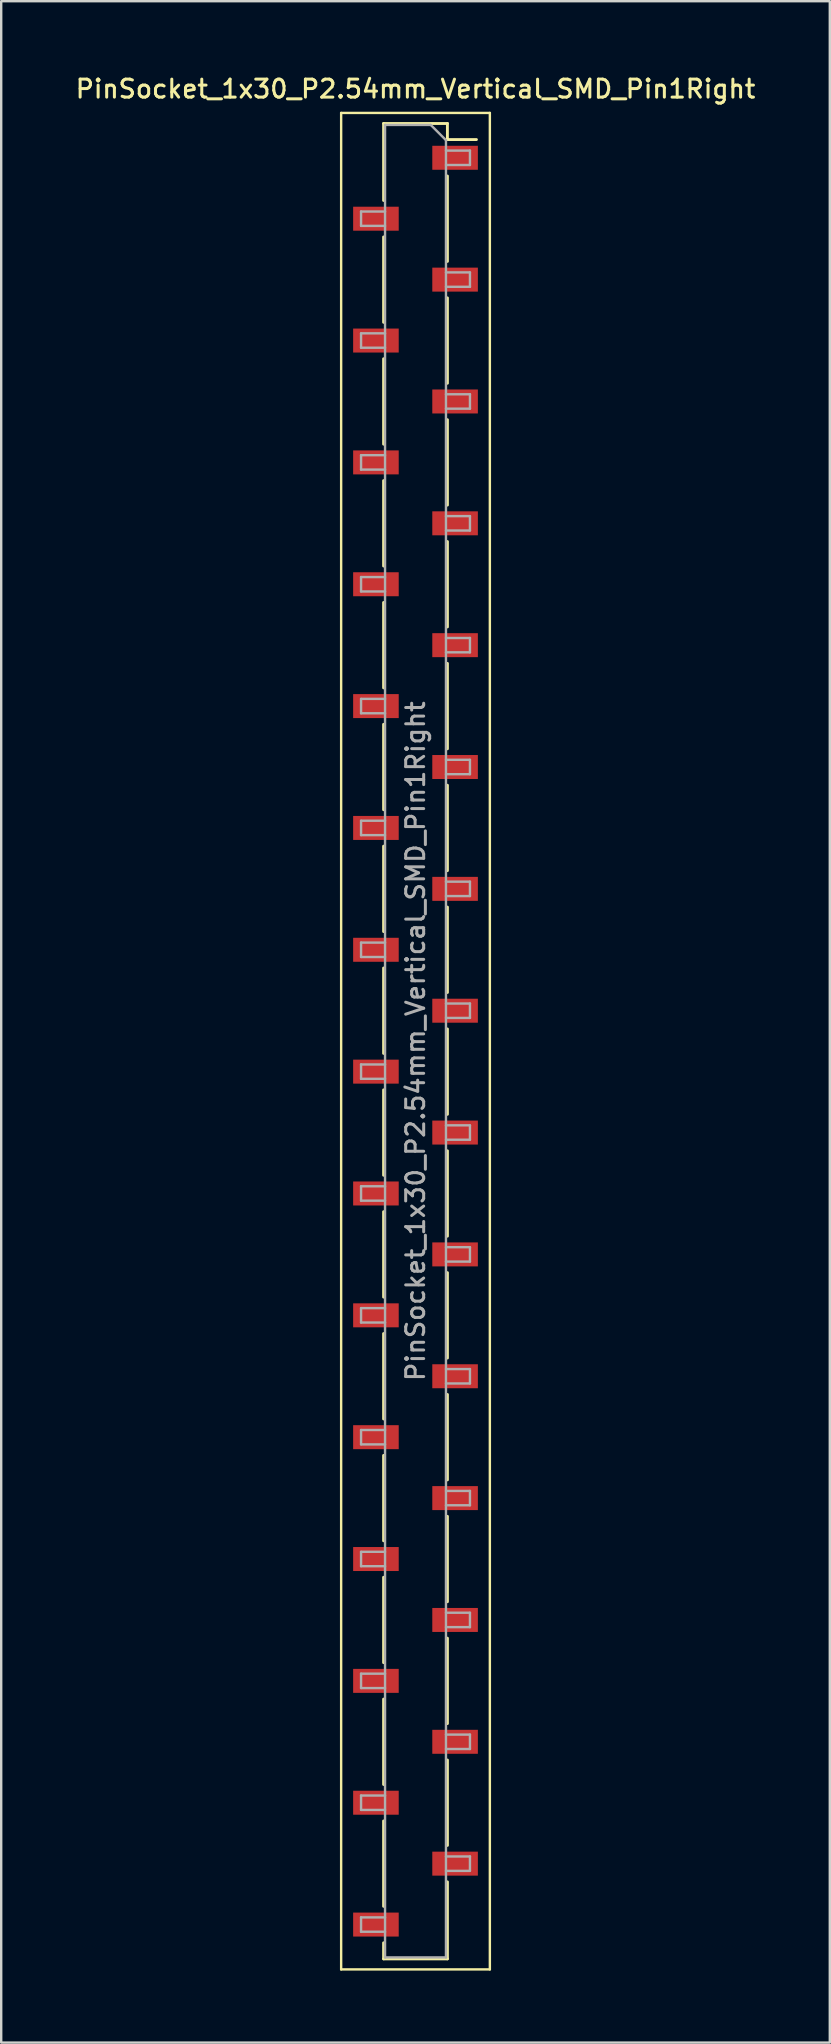
<source format=kicad_pcb>
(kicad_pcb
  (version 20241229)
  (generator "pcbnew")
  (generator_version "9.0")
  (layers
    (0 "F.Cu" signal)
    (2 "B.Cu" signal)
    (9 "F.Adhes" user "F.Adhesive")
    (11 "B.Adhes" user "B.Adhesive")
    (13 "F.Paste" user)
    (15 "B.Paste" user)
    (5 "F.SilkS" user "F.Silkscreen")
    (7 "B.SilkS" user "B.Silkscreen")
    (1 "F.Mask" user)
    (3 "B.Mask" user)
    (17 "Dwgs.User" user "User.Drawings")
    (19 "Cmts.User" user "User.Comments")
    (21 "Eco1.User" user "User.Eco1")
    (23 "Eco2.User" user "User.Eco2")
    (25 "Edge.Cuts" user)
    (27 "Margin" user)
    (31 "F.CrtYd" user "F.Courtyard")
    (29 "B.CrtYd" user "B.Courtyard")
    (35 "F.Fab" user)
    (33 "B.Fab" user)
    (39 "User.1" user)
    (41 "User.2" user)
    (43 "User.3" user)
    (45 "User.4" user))
  (footprint "PinSocket_1x30_P2.54mm_Vertical_SMD_Pin1Right"
    (layer "F.Cu")
    (at 14.273 40.358)
    (property "Reference" "PinSocket_1x30_P2.54mm_Vertical_SMD_Pin1Right" (at 0 -39.7 0) (layer "F.SilkS") (effects (font (size 0.75 0.75) (thickness 0.125))))
    (attr smd)
    (fp_line (start -3.1 -38.7) (end 3.1 -38.7) (stroke (width 0.1) (type solid)) (layer "F.SilkS"))
    (fp_line (start -3.1 38.7) (end -3.1 -38.7) (stroke (width 0.1) (type solid)) (layer "F.SilkS"))
    (fp_line (start -1.33 -38.26) (end -1.33 -35.05) (stroke (width 0.12) (type solid)) (layer "F.SilkS"))
    (fp_line (start -1.33 -38.26) (end 1.33 -38.26) (stroke (width 0.12) (type solid)) (layer "F.SilkS"))
    (fp_line (start -1.33 -33.53) (end -1.33 -29.97) (stroke (width 0.12) (type solid)) (layer "F.SilkS"))
    (fp_line (start -1.33 -28.45) (end -1.33 -24.89) (stroke (width 0.12) (type solid)) (layer "F.SilkS"))
    (fp_line (start -1.33 -23.37) (end -1.33 -19.81) (stroke (width 0.12) (type solid)) (layer "F.SilkS"))
    (fp_line (start -1.33 -18.29) (end -1.33 -14.73) (stroke (width 0.12) (type solid)) (layer "F.SilkS"))
    (fp_line (start -1.33 -13.21) (end -1.33 -9.65) (stroke (width 0.12) (type solid)) (layer "F.SilkS"))
    (fp_line (start -1.33 -8.13) (end -1.33 -4.57) (stroke (width 0.12) (type solid)) (layer "F.SilkS"))
    (fp_line (start -1.33 -3.05) (end -1.33 0.51) (stroke (width 0.12) (type solid)) (layer "F.SilkS"))
    (fp_line (start -1.33 2.03) (end -1.33 5.59) (stroke (width 0.12) (type solid)) (layer "F.SilkS"))
    (fp_line (start -1.33 7.11) (end -1.33 10.67) (stroke (width 0.12) (type solid)) (layer "F.SilkS"))
    (fp_line (start -1.33 12.19) (end -1.33 15.75) (stroke (width 0.12) (type solid)) (layer "F.SilkS"))
    (fp_line (start -1.33 17.27) (end -1.33 20.83) (stroke (width 0.12) (type solid)) (layer "F.SilkS"))
    (fp_line (start -1.33 22.35) (end -1.33 25.91) (stroke (width 0.12) (type solid)) (layer "F.SilkS"))
    (fp_line (start -1.33 27.43) (end -1.33 30.99) (stroke (width 0.12) (type solid)) (layer "F.SilkS"))
    (fp_line (start -1.33 32.51) (end -1.33 36.07) (stroke (width 0.12) (type solid)) (layer "F.SilkS"))
    (fp_line (start -1.33 37.59) (end -1.33 38.26) (stroke (width 0.12) (type solid)) (layer "F.SilkS"))
    (fp_line (start -1.33 38.26) (end 1.33 38.26) (stroke (width 0.12) (type solid)) (layer "F.SilkS"))
    (fp_line (start 1.33 -38.26) (end 1.33 -37.59) (stroke (width 0.12) (type solid)) (layer "F.SilkS"))
    (fp_line (start 1.33 -37.59) (end 2.54 -37.59) (stroke (width 0.12) (type solid)) (layer "F.SilkS"))
    (fp_line (start 1.33 -36.07) (end 1.33 -32.51) (stroke (width 0.12) (type solid)) (layer "F.SilkS"))
    (fp_line (start 1.33 -30.99) (end 1.33 -27.43) (stroke (width 0.12) (type solid)) (layer "F.SilkS"))
    (fp_line (start 1.33 -25.91) (end 1.33 -22.35) (stroke (width 0.12) (type solid)) (layer "F.SilkS"))
    (fp_line (start 1.33 -20.83) (end 1.33 -17.27) (stroke (width 0.12) (type solid)) (layer "F.SilkS"))
    (fp_line (start 1.33 -15.75) (end 1.33 -12.19) (stroke (width 0.12) (type solid)) (layer "F.SilkS"))
    (fp_line (start 1.33 -10.67) (end 1.33 -7.11) (stroke (width 0.12) (type solid)) (layer "F.SilkS"))
    (fp_line (start 1.33 -5.59) (end 1.33 -2.03) (stroke (width 0.12) (type solid)) (layer "F.SilkS"))
    (fp_line (start 1.33 -0.51) (end 1.33 3.05) (stroke (width 0.12) (type solid)) (layer "F.SilkS"))
    (fp_line (start 1.33 4.57) (end 1.33 8.13) (stroke (width 0.12) (type solid)) (layer "F.SilkS"))
    (fp_line (start 1.33 9.65) (end 1.33 13.21) (stroke (width 0.12) (type solid)) (layer "F.SilkS"))
    (fp_line (start 1.33 14.73) (end 1.33 18.29) (stroke (width 0.12) (type solid)) (layer "F.SilkS"))
    (fp_line (start 1.33 19.81) (end 1.33 23.37) (stroke (width 0.12) (type solid)) (layer "F.SilkS"))
    (fp_line (start 1.33 24.89) (end 1.33 28.45) (stroke (width 0.12) (type solid)) (layer "F.SilkS"))
    (fp_line (start 1.33 29.97) (end 1.33 33.53) (stroke (width 0.12) (type solid)) (layer "F.SilkS"))
    (fp_line (start 1.33 35.05) (end 1.33 38.26) (stroke (width 0.12) (type solid)) (layer "F.SilkS"))
    (fp_line (start 3.1 -38.7) (end 3.1 38.7) (stroke (width 0.1) (type solid)) (layer "F.SilkS"))
    (fp_line (start 3.1 38.7) (end -3.1 38.7) (stroke (width 0.1) (type solid)) (layer "F.SilkS"))
    (fp_line (start -2.27 -34.59) (end -1.27 -34.59) (stroke (width 0.1) (type solid)) (layer "F.Fab"))
    (fp_line (start -2.27 -33.99) (end -2.27 -34.59) (stroke (width 0.1) (type solid)) (layer "F.Fab"))
    (fp_line (start -2.27 -29.51) (end -1.27 -29.51) (stroke (width 0.1) (type solid)) (layer "F.Fab"))
    (fp_line (start -2.27 -28.91) (end -2.27 -29.51) (stroke (width 0.1) (type solid)) (layer "F.Fab"))
    (fp_line (start -2.27 -24.43) (end -1.27 -24.43) (stroke (width 0.1) (type solid)) (layer "F.Fab"))
    (fp_line (start -2.27 -23.83) (end -2.27 -24.43) (stroke (width 0.1) (type solid)) (layer "F.Fab"))
    (fp_line (start -2.27 -19.35) (end -1.27 -19.35) (stroke (width 0.1) (type solid)) (layer "F.Fab"))
    (fp_line (start -2.27 -18.75) (end -2.27 -19.35) (stroke (width 0.1) (type solid)) (layer "F.Fab"))
    (fp_line (start -2.27 -14.27) (end -1.27 -14.27) (stroke (width 0.1) (type solid)) (layer "F.Fab"))
    (fp_line (start -2.27 -13.67) (end -2.27 -14.27) (stroke (width 0.1) (type solid)) (layer "F.Fab"))
    (fp_line (start -2.27 -9.19) (end -1.27 -9.19) (stroke (width 0.1) (type solid)) (layer "F.Fab"))
    (fp_line (start -2.27 -8.59) (end -2.27 -9.19) (stroke (width 0.1) (type solid)) (layer "F.Fab"))
    (fp_line (start -2.27 -4.11) (end -1.27 -4.11) (stroke (width 0.1) (type solid)) (layer "F.Fab"))
    (fp_line (start -2.27 -3.51) (end -2.27 -4.11) (stroke (width 0.1) (type solid)) (layer "F.Fab"))
    (fp_line (start -2.27 0.97) (end -1.27 0.97) (stroke (width 0.1) (type solid)) (layer "F.Fab"))
    (fp_line (start -2.27 1.57) (end -2.27 0.97) (stroke (width 0.1) (type solid)) (layer "F.Fab"))
    (fp_line (start -2.27 6.05) (end -1.27 6.05) (stroke (width 0.1) (type solid)) (layer "F.Fab"))
    (fp_line (start -2.27 6.65) (end -2.27 6.05) (stroke (width 0.1) (type solid)) (layer "F.Fab"))
    (fp_line (start -2.27 11.13) (end -1.27 11.13) (stroke (width 0.1) (type solid)) (layer "F.Fab"))
    (fp_line (start -2.27 11.73) (end -2.27 11.13) (stroke (width 0.1) (type solid)) (layer "F.Fab"))
    (fp_line (start -2.27 16.21) (end -1.27 16.21) (stroke (width 0.1) (type solid)) (layer "F.Fab"))
    (fp_line (start -2.27 16.81) (end -2.27 16.21) (stroke (width 0.1) (type solid)) (layer "F.Fab"))
    (fp_line (start -2.27 21.29) (end -1.27 21.29) (stroke (width 0.1) (type solid)) (layer "F.Fab"))
    (fp_line (start -2.27 21.89) (end -2.27 21.29) (stroke (width 0.1) (type solid)) (layer "F.Fab"))
    (fp_line (start -2.27 26.37) (end -1.27 26.37) (stroke (width 0.1) (type solid)) (layer "F.Fab"))
    (fp_line (start -2.27 26.97) (end -2.27 26.37) (stroke (width 0.1) (type solid)) (layer "F.Fab"))
    (fp_line (start -2.27 31.45) (end -1.27 31.45) (stroke (width 0.1) (type solid)) (layer "F.Fab"))
    (fp_line (start -2.27 32.05) (end -2.27 31.45) (stroke (width 0.1) (type solid)) (layer "F.Fab"))
    (fp_line (start -2.27 36.53) (end -1.27 36.53) (stroke (width 0.1) (type solid)) (layer "F.Fab"))
    (fp_line (start -2.27 37.13) (end -2.27 36.53) (stroke (width 0.1) (type solid)) (layer "F.Fab"))
    (fp_line (start -1.27 -38.2) (end 0.635 -38.2) (stroke (width 0.1) (type solid)) (layer "F.Fab"))
    (fp_line (start -1.27 -33.99) (end -2.27 -33.99) (stroke (width 0.1) (type solid)) (layer "F.Fab"))
    (fp_line (start -1.27 -28.91) (end -2.27 -28.91) (stroke (width 0.1) (type solid)) (layer "F.Fab"))
    (fp_line (start -1.27 -23.83) (end -2.27 -23.83) (stroke (width 0.1) (type solid)) (layer "F.Fab"))
    (fp_line (start -1.27 -18.75) (end -2.27 -18.75) (stroke (width 0.1) (type solid)) (layer "F.Fab"))
    (fp_line (start -1.27 -13.67) (end -2.27 -13.67) (stroke (width 0.1) (type solid)) (layer "F.Fab"))
    (fp_line (start -1.27 -8.59) (end -2.27 -8.59) (stroke (width 0.1) (type solid)) (layer "F.Fab"))
    (fp_line (start -1.27 -3.51) (end -2.27 -3.51) (stroke (width 0.1) (type solid)) (layer "F.Fab"))
    (fp_line (start -1.27 1.57) (end -2.27 1.57) (stroke (width 0.1) (type solid)) (layer "F.Fab"))
    (fp_line (start -1.27 6.65) (end -2.27 6.65) (stroke (width 0.1) (type solid)) (layer "F.Fab"))
    (fp_line (start -1.27 11.73) (end -2.27 11.73) (stroke (width 0.1) (type solid)) (layer "F.Fab"))
    (fp_line (start -1.27 16.81) (end -2.27 16.81) (stroke (width 0.1) (type solid)) (layer "F.Fab"))
    (fp_line (start -1.27 21.89) (end -2.27 21.89) (stroke (width 0.1) (type solid)) (layer "F.Fab"))
    (fp_line (start -1.27 26.97) (end -2.27 26.97) (stroke (width 0.1) (type solid)) (layer "F.Fab"))
    (fp_line (start -1.27 32.05) (end -2.27 32.05) (stroke (width 0.1) (type solid)) (layer "F.Fab"))
    (fp_line (start -1.27 37.13) (end -2.27 37.13) (stroke (width 0.1) (type solid)) (layer "F.Fab"))
    (fp_line (start -1.27 38.2) (end -1.27 -38.2) (stroke (width 0.1) (type solid)) (layer "F.Fab"))
    (fp_line (start 0.635 -38.2) (end 1.27 -37.565) (stroke (width 0.1) (type solid)) (layer "F.Fab"))
    (fp_line (start 1.27 -37.565) (end 1.27 38.2) (stroke (width 0.1) (type solid)) (layer "F.Fab"))
    (fp_line (start 1.27 -37.13) (end 2.27 -37.13) (stroke (width 0.1) (type solid)) (layer "F.Fab"))
    (fp_line (start 1.27 -32.05) (end 2.27 -32.05) (stroke (width 0.1) (type solid)) (layer "F.Fab"))
    (fp_line (start 1.27 -26.97) (end 2.27 -26.97) (stroke (width 0.1) (type solid)) (layer "F.Fab"))
    (fp_line (start 1.27 -21.89) (end 2.27 -21.89) (stroke (width 0.1) (type solid)) (layer "F.Fab"))
    (fp_line (start 1.27 -16.81) (end 2.27 -16.81) (stroke (width 0.1) (type solid)) (layer "F.Fab"))
    (fp_line (start 1.27 -11.73) (end 2.27 -11.73) (stroke (width 0.1) (type solid)) (layer "F.Fab"))
    (fp_line (start 1.27 -6.65) (end 2.27 -6.65) (stroke (width 0.1) (type solid)) (layer "F.Fab"))
    (fp_line (start 1.27 -1.57) (end 2.27 -1.57) (stroke (width 0.1) (type solid)) (layer "F.Fab"))
    (fp_line (start 1.27 3.51) (end 2.27 3.51) (stroke (width 0.1) (type solid)) (layer "F.Fab"))
    (fp_line (start 1.27 8.59) (end 2.27 8.59) (stroke (width 0.1) (type solid)) (layer "F.Fab"))
    (fp_line (start 1.27 13.67) (end 2.27 13.67) (stroke (width 0.1) (type solid)) (layer "F.Fab"))
    (fp_line (start 1.27 18.75) (end 2.27 18.75) (stroke (width 0.1) (type solid)) (layer "F.Fab"))
    (fp_line (start 1.27 23.83) (end 2.27 23.83) (stroke (width 0.1) (type solid)) (layer "F.Fab"))
    (fp_line (start 1.27 28.91) (end 2.27 28.91) (stroke (width 0.1) (type solid)) (layer "F.Fab"))
    (fp_line (start 1.27 33.99) (end 2.27 33.99) (stroke (width 0.1) (type solid)) (layer "F.Fab"))
    (fp_line (start 1.27 38.2) (end -1.27 38.2) (stroke (width 0.1) (type solid)) (layer "F.Fab"))
    (fp_line (start 2.27 -37.13) (end 2.27 -36.53) (stroke (width 0.1) (type solid)) (layer "F.Fab"))
    (fp_line (start 2.27 -36.53) (end 1.27 -36.53) (stroke (width 0.1) (type solid)) (layer "F.Fab"))
    (fp_line (start 2.27 -32.05) (end 2.27 -31.45) (stroke (width 0.1) (type solid)) (layer "F.Fab"))
    (fp_line (start 2.27 -31.45) (end 1.27 -31.45) (stroke (width 0.1) (type solid)) (layer "F.Fab"))
    (fp_line (start 2.27 -26.97) (end 2.27 -26.37) (stroke (width 0.1) (type solid)) (layer "F.Fab"))
    (fp_line (start 2.27 -26.37) (end 1.27 -26.37) (stroke (width 0.1) (type solid)) (layer "F.Fab"))
    (fp_line (start 2.27 -21.89) (end 2.27 -21.29) (stroke (width 0.1) (type solid)) (layer "F.Fab"))
    (fp_line (start 2.27 -21.29) (end 1.27 -21.29) (stroke (width 0.1) (type solid)) (layer "F.Fab"))
    (fp_line (start 2.27 -16.81) (end 2.27 -16.21) (stroke (width 0.1) (type solid)) (layer "F.Fab"))
    (fp_line (start 2.27 -16.21) (end 1.27 -16.21) (stroke (width 0.1) (type solid)) (layer "F.Fab"))
    (fp_line (start 2.27 -11.73) (end 2.27 -11.13) (stroke (width 0.1) (type solid)) (layer "F.Fab"))
    (fp_line (start 2.27 -11.13) (end 1.27 -11.13) (stroke (width 0.1) (type solid)) (layer "F.Fab"))
    (fp_line (start 2.27 -6.65) (end 2.27 -6.05) (stroke (width 0.1) (type solid)) (layer "F.Fab"))
    (fp_line (start 2.27 -6.05) (end 1.27 -6.05) (stroke (width 0.1) (type solid)) (layer "F.Fab"))
    (fp_line (start 2.27 -1.57) (end 2.27 -0.97) (stroke (width 0.1) (type solid)) (layer "F.Fab"))
    (fp_line (start 2.27 -0.97) (end 1.27 -0.97) (stroke (width 0.1) (type solid)) (layer "F.Fab"))
    (fp_line (start 2.27 3.51) (end 2.27 4.11) (stroke (width 0.1) (type solid)) (layer "F.Fab"))
    (fp_line (start 2.27 4.11) (end 1.27 4.11) (stroke (width 0.1) (type solid)) (layer "F.Fab"))
    (fp_line (start 2.27 8.59) (end 2.27 9.19) (stroke (width 0.1) (type solid)) (layer "F.Fab"))
    (fp_line (start 2.27 9.19) (end 1.27 9.19) (stroke (width 0.1) (type solid)) (layer "F.Fab"))
    (fp_line (start 2.27 13.67) (end 2.27 14.27) (stroke (width 0.1) (type solid)) (layer "F.Fab"))
    (fp_line (start 2.27 14.27) (end 1.27 14.27) (stroke (width 0.1) (type solid)) (layer "F.Fab"))
    (fp_line (start 2.27 18.75) (end 2.27 19.35) (stroke (width 0.1) (type solid)) (layer "F.Fab"))
    (fp_line (start 2.27 19.35) (end 1.27 19.35) (stroke (width 0.1) (type solid)) (layer "F.Fab"))
    (fp_line (start 2.27 23.83) (end 2.27 24.43) (stroke (width 0.1) (type solid)) (layer "F.Fab"))
    (fp_line (start 2.27 24.43) (end 1.27 24.43) (stroke (width 0.1) (type solid)) (layer "F.Fab"))
    (fp_line (start 2.27 28.91) (end 2.27 29.51) (stroke (width 0.1) (type solid)) (layer "F.Fab"))
    (fp_line (start 2.27 29.51) (end 1.27 29.51) (stroke (width 0.1) (type solid)) (layer "F.Fab"))
    (fp_line (start 2.27 33.99) (end 2.27 34.59) (stroke (width 0.1) (type solid)) (layer "F.Fab"))
    (fp_line (start 2.27 34.59) (end 1.27 34.59) (stroke (width 0.1) (type solid)) (layer "F.Fab"))
    (fp_text user "${REFERENCE}" (at 0 0 90) (layer "F.Fab") (effects (font (size 0.75 0.75) (thickness 0.125))))
    (pad "1" smd rect (at 1.65 -36.83) (size 1.9 1) (layers "F.Cu" "F.Mask" "F.Paste"))
    (pad "2" smd rect (at -1.65 -34.29) (size 1.9 1) (layers "F.Cu" "F.Mask" "F.Paste"))
    (pad "3" smd rect (at 1.65 -31.75) (size 1.9 1) (layers "F.Cu" "F.Mask" "F.Paste"))
    (pad "4" smd rect (at -1.65 -29.21) (size 1.9 1) (layers "F.Cu" "F.Mask" "F.Paste"))
    (pad "5" smd rect (at 1.65 -26.67) (size 1.9 1) (layers "F.Cu" "F.Mask" "F.Paste"))
    (pad "6" smd rect (at -1.65 -24.13) (size 1.9 1) (layers "F.Cu" "F.Mask" "F.Paste"))
    (pad "7" smd rect (at 1.65 -21.59) (size 1.9 1) (layers "F.Cu" "F.Mask" "F.Paste"))
    (pad "8" smd rect (at -1.65 -19.05) (size 1.9 1) (layers "F.Cu" "F.Mask" "F.Paste"))
    (pad "9" smd rect (at 1.65 -16.51) (size 1.9 1) (layers "F.Cu" "F.Mask" "F.Paste"))
    (pad "10" smd rect (at -1.65 -13.97) (size 1.9 1) (layers "F.Cu" "F.Mask" "F.Paste"))
    (pad "11" smd rect (at 1.65 -11.43) (size 1.9 1) (layers "F.Cu" "F.Mask" "F.Paste"))
    (pad "12" smd rect (at -1.65 -8.89) (size 1.9 1) (layers "F.Cu" "F.Mask" "F.Paste"))
    (pad "13" smd rect (at 1.65 -6.35) (size 1.9 1) (layers "F.Cu" "F.Mask" "F.Paste"))
    (pad "14" smd rect (at -1.65 -3.81) (size 1.9 1) (layers "F.Cu" "F.Mask" "F.Paste"))
    (pad "15" smd rect (at 1.65 -1.27) (size 1.9 1) (layers "F.Cu" "F.Mask" "F.Paste"))
    (pad "16" smd rect (at -1.65 1.27) (size 1.9 1) (layers "F.Cu" "F.Mask" "F.Paste"))
    (pad "17" smd rect (at 1.65 3.81) (size 1.9 1) (layers "F.Cu" "F.Mask" "F.Paste"))
    (pad "18" smd rect (at -1.65 6.35) (size 1.9 1) (layers "F.Cu" "F.Mask" "F.Paste"))
    (pad "19" smd rect (at 1.65 8.89) (size 1.9 1) (layers "F.Cu" "F.Mask" "F.Paste"))
    (pad "20" smd rect (at -1.65 11.43) (size 1.9 1) (layers "F.Cu" "F.Mask" "F.Paste"))
    (pad "21" smd rect (at 1.65 13.97) (size 1.9 1) (layers "F.Cu" "F.Mask" "F.Paste"))
    (pad "22" smd rect (at -1.65 16.51) (size 1.9 1) (layers "F.Cu" "F.Mask" "F.Paste"))
    (pad "23" smd rect (at 1.65 19.05) (size 1.9 1) (layers "F.Cu" "F.Mask" "F.Paste"))
    (pad "24" smd rect (at -1.65 21.59) (size 1.9 1) (layers "F.Cu" "F.Mask" "F.Paste"))
    (pad "25" smd rect (at 1.65 24.13) (size 1.9 1) (layers "F.Cu" "F.Mask" "F.Paste"))
    (pad "26" smd rect (at -1.65 26.67) (size 1.9 1) (layers "F.Cu" "F.Mask" "F.Paste"))
    (pad "27" smd rect (at 1.65 29.21) (size 1.9 1) (layers "F.Cu" "F.Mask" "F.Paste"))
    (pad "28" smd rect (at -1.65 31.75) (size 1.9 1) (layers "F.Cu" "F.Mask" "F.Paste"))
    (pad "29" smd rect (at 1.65 34.29) (size 1.9 1) (layers "F.Cu" "F.Mask" "F.Paste"))
    (pad "30" smd rect (at -1.65 36.83) (size 1.9 1) (layers "F.Cu" "F.Mask" "F.Paste")))
  (gr_rect
    (start -3 -3)
    (end 31.546 82.108)
    (stroke (width 0.1) (type default))
    (fill no)
    (layer "Edge.Cuts")))
</source>
